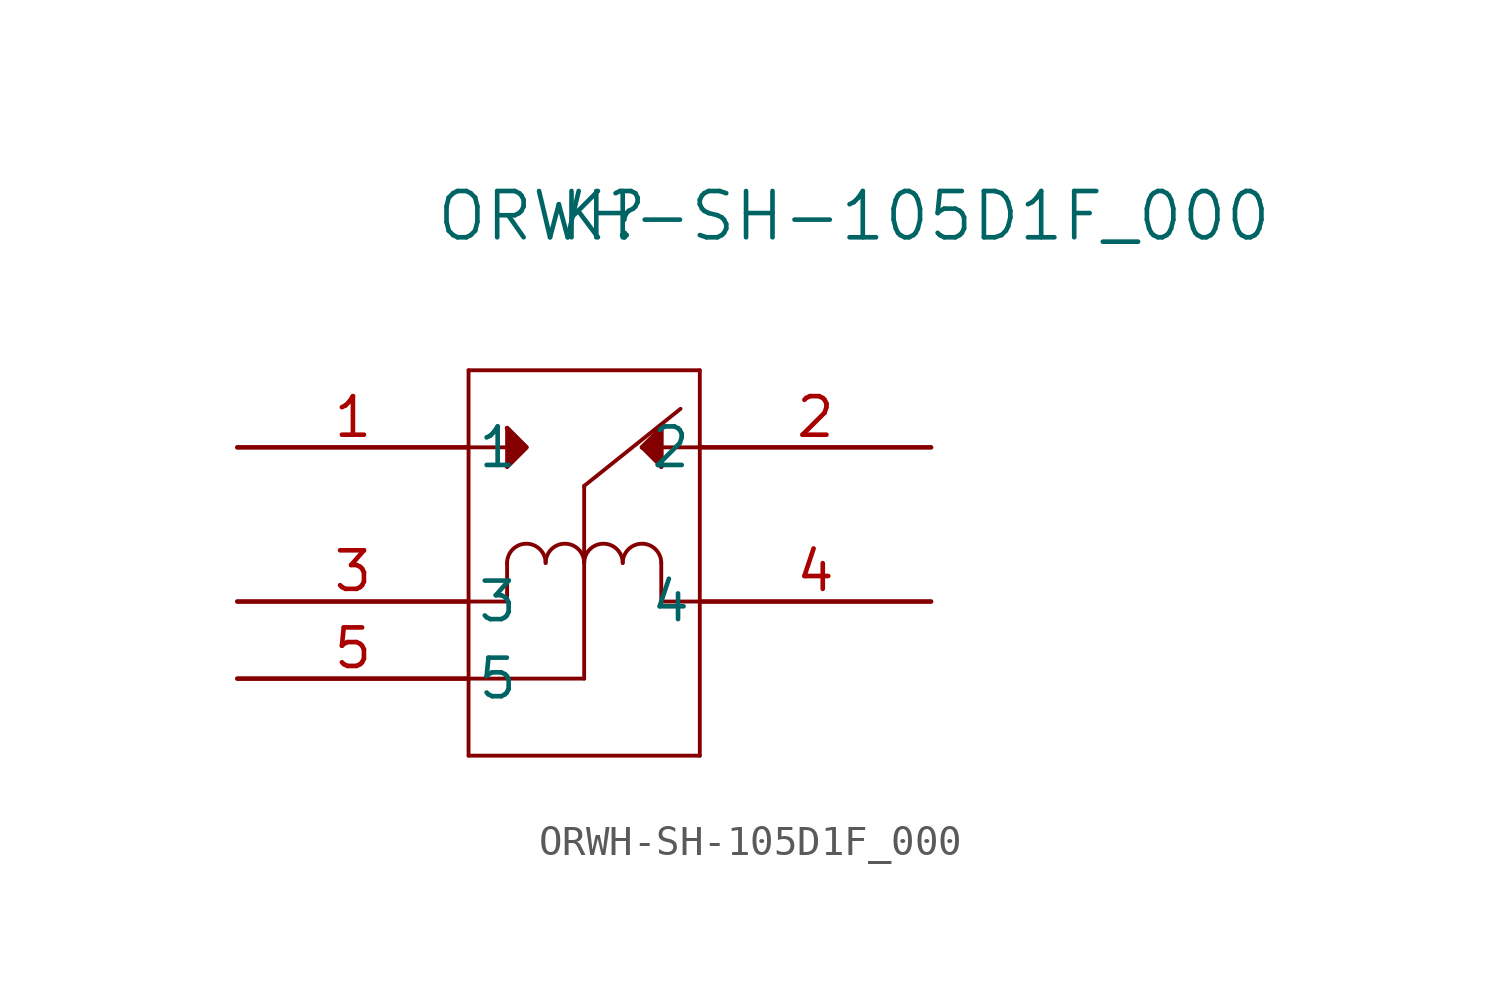
<source format=kicad_sym>
(kicad_symbol_lib
  (version 20211014)
  (generator kicad_symbol_editor)
  (symbol "ORWH-SH-105D1F_000"
    (pin_names
      (offset 0.254))
    (property "Reference" "K"
      (at 12.065 7.62 0)
      (effects (font (size 1.524 1.524))))
    (property "Value" "ORWH-SH-105D1F_000"
      (at 20.32 7.62 0)
      (effects (font (size 1.524 1.524))))
    (symbol "ORWH-SH-105D1F_000_0_1"
      (polyline (pts (xy 7.62 2.54) (xy 7.62 -10.16)) (stroke (width 0.127) (type default) (color 0 0 0 0)) (fill (type none)))
      (polyline (pts (xy 7.62 2.54) (xy 15.24 2.54)) (stroke (width 0.127) (type default) (color 0 0 0 0)) (fill (type none)))
      (polyline (pts (xy 15.24 2.54) (xy 15.24 -10.16)) (stroke (width 0.127) (type default) (color 0 0 0 0)) (fill (type none)))
      (polyline (pts (xy 7.62 -10.16) (xy 15.24 -10.16)) (stroke (width 0.127) (type default) (color 0 0 0 0)) (fill (type none)))
      (polyline (pts (xy 7.62 0) (xy 8.89 0)) (stroke (width 0.127) (type default) (color 0 0 0 0)) (fill (type none)))
      (polyline (pts (xy 8.89 0.635) (xy 8.89 -0.635)) (stroke (width 0.127) (type default) (color 0 0 0 0)) (fill (type none)))
      (polyline (pts (xy 8.89 0.635) (xy 9.525 0)) (stroke (width 0.127) (type default) (color 0 0 0 0)) (fill (type none)))
      (polyline (pts (xy 8.89 -0.635) (xy 9.525 0)) (stroke (width 0.127) (type default) (color 0 0 0 0)) (fill (type none)))
      (arc (start 12.7 -3.81) (mid 12.065 -3.175) (end 11.43 -3.81) (stroke (width 0.127) (type default) (color 0 0 0 0)) (fill (type none)))
      (arc (start 13.97 -3.81) (mid 13.335 -3.175) (end 12.7 -3.81) (stroke (width 0.127) (type default) (color 0 0 0 0)) (fill (type none)))
      (polyline (pts (xy 13.97 -3.81) (xy 13.97 -5.08)) (stroke (width 0.127) (type default) (color 0 0 0 0)) (fill (type none)))
      (polyline (pts (xy 13.97 -5.08) (xy 15.24 -5.08)) (stroke (width 0.127) (type default) (color 0 0 0 0)) (fill (type none)))
      (arc (start 11.43 -3.81) (mid 10.795 -3.175) (end 10.16 -3.81) (stroke (width 0.127) (type default) (color 0 0 0 0)) (fill (type none)))
      (arc (start 10.16 -3.81) (mid 9.525 -3.175) (end 8.89 -3.81) (stroke (width 0.127) (type default) (color 0 0 0 0)) (fill (type none)))
      (polyline (pts (xy 8.89 -5.08) (xy 8.89 -3.81)) (stroke (width 0.127) (type default) (color 0 0 0 0)) (fill (type none)))
      (polyline (pts (xy 7.62 -5.08) (xy 8.89 -5.08)) (stroke (width 0.127) (type default) (color 0 0 0 0)) (fill (type none)))
      (polyline (pts (xy 7.62 -7.62) (xy 11.43 -7.62)) (stroke (width 0.127) (type default) (color 0 0 0 0)) (fill (type none)))
      (polyline (pts (xy 11.43 -7.62) (xy 11.43 -1.27)) (stroke (width 0.127) (type default) (color 0 0 0 0)) (fill (type none)))
      (polyline (pts (xy 11.43 -1.27) (xy 14.605 1.27)) (stroke (width 0.127) (type default) (color 0 0 0 0)) (fill (type none)))
      (polyline (pts (xy 15.24 0) (xy 13.97 0)) (stroke (width 0.127) (type default) (color 0 0 0 0)) (fill (type none)))
      (polyline (pts (xy 13.97 0.635) (xy 13.335 0)) (stroke (width 0.127) (type default) (color 0 0 0 0)) (fill (type none)))
      (polyline (pts (xy 13.335 0) (xy 13.97 -0.635)) (stroke (width 0.127) (type default) (color 0 0 0 0)) (fill (type none)))
      (polyline (pts (xy 13.97 -0.635) (xy 13.97 0.635)) (stroke (width 0.127) (type default) (color 0 0 0 0)) (fill (type none)))
      (polyline (pts (xy 8.89 0.635) (xy 9.525 0) (xy 8.89 -0.635)) (stroke (width 0) (type default) (color 0 0 0 0)) (fill (type outline)))
      (polyline (pts (xy 13.335 0) (xy 13.97 0.635) (xy 13.97 -0.635)) (stroke (width 0) (type default) (color 0 0 0 0)) (fill (type outline)))
      (pin unspecified line (at 0 0 0) (length 7.62) (name "1" (effects (font (size 1.27 1.27)))) (number "1" (effects (font (size 1.27 1.27)))))
      (pin unspecified line (at 22.86 0 180) (length 7.62) (name "2" (effects (font (size 1.27 1.27)))) (number "2" (effects (font (size 1.27 1.27)))))
      (pin unspecified line (at 0 -5.08 0) (length 7.62) (name "3" (effects (font (size 1.27 1.27)))) (number "3" (effects (font (size 1.27 1.27)))))
      (pin unspecified line (at 22.86 -5.08 180) (length 7.62) (name "4" (effects (font (size 1.27 1.27)))) (number "4" (effects (font (size 1.27 1.27)))))
      (pin unspecified line (at 0 -7.62 0) (length 7.62) (name "5" (effects (font (size 1.27 1.27)))) (number "5" (effects (font (size 1.27 1.27))))))))
</source>
